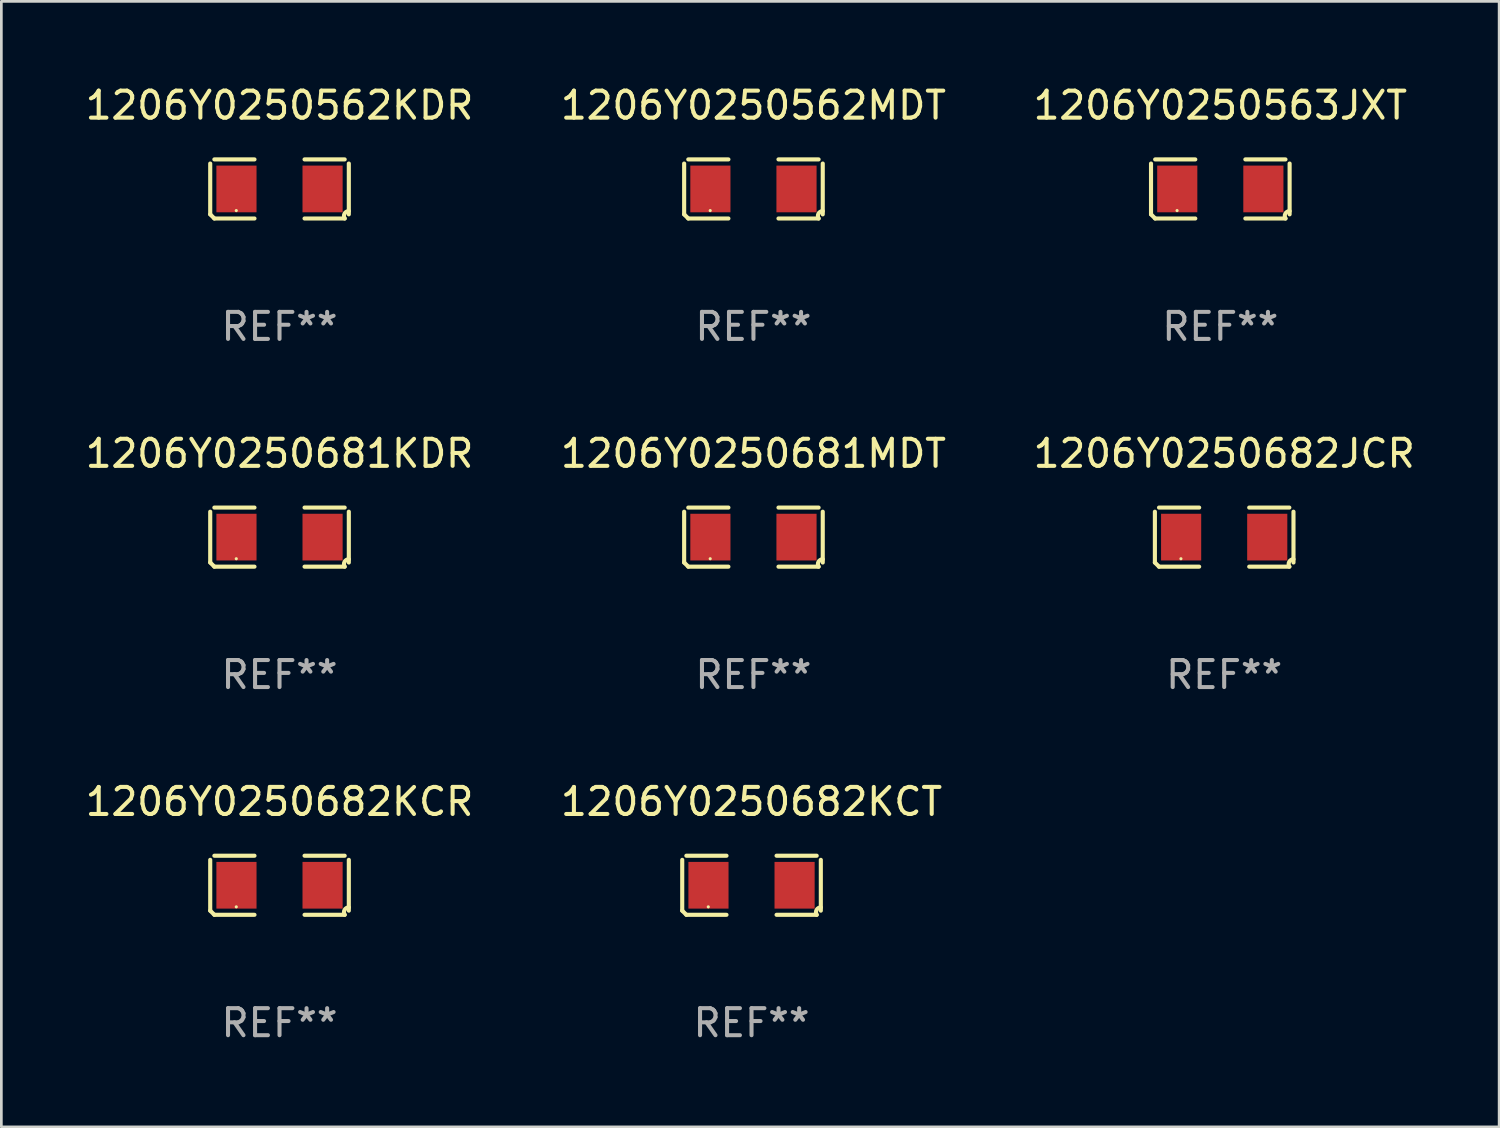
<source format=kicad_pcb>
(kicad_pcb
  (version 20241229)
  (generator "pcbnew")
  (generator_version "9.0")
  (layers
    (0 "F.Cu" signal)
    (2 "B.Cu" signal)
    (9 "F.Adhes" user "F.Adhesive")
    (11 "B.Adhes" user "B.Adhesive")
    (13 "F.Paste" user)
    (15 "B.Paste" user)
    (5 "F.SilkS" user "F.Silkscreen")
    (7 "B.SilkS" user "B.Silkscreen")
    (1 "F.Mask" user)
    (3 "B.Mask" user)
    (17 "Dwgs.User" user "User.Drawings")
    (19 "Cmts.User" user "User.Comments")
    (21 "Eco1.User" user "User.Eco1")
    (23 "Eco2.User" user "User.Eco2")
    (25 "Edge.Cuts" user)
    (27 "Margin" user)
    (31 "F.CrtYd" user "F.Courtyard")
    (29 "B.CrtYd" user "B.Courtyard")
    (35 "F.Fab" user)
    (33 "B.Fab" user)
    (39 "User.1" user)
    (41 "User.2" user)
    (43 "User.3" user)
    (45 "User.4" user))
  (footprint "1206Y0250682KCT"
    (layer "F.Cu")
    (at 24.756 29.704)
    (property "Reference" "1206Y0250682KCT" (at 0 -3.093 0) (layer "F.SilkS") (effects (font (size 1 1) (thickness 0.15))))
    (attr through_hole)
    (fp_line (start -2.564 0.94) (end -2.564 -0.94) (stroke (width 0.152) (type solid)) (layer "F.SilkS"))
    (fp_line (start -2.411 -1.093) (end -0.926 -1.093) (stroke (width 0.152) (type solid)) (layer "F.SilkS"))
    (fp_line (start -0.926 1.093) (end -2.411 1.093) (stroke (width 0.152) (type solid)) (layer "F.SilkS"))
    (fp_line (start 0.926 1.093) (end 2.411 1.093) (stroke (width 0.152) (type solid)) (layer "F.SilkS"))
    (fp_line (start 2.411 -1.093) (end 0.926 -1.093) (stroke (width 0.152) (type solid)) (layer "F.SilkS"))
    (fp_line (start 2.564 0.94) (end 2.564 -0.94) (stroke (width 0.152) (type solid)) (layer "F.SilkS"))
    (fp_arc (start -2.411201 1.092609) (mid -2.487413 1.01642) (end -2.563602 0.940208) (stroke (width 0.1524) (type solid)) (layer "F.SilkS"))
    (fp_arc (start 2.411201 1.092609) (mid 2.407159 0.911226) (end 2.563602 0.819347) (stroke (width 0.1524) (type solid)) (layer "F.SilkS"))
    (fp_circle (center -1.6 0.8) (end -1.57 0.8) (stroke (width 0.06) (type solid)) (fill no) (layer "F.SilkS"))
    (fp_text user "REF**" (at 0 5.093 0) (layer "F.Fab") (effects (font (size 1 1) (thickness 0.15))))
    (pad "1" smd rect (at -1.593 0) (size 1.485 1.728) (layers "F.Cu" "F.Mask" "F.Paste"))
    (pad "2" smd rect (at 1.593 0) (size 1.485 1.728) (layers "F.Cu" "F.Mask" "F.Paste")))
  (footprint "1206Y0250563JXT"
    (layer "F.Cu")
    (at 42.101 3.941)
    (property "Reference" "1206Y0250563JXT" (at 0 -3.093 0) (layer "F.SilkS") (effects (font (size 1 1) (thickness 0.15))))
    (attr through_hole)
    (fp_line (start -2.564 0.94) (end -2.564 -0.94) (stroke (width 0.152) (type solid)) (layer "F.SilkS"))
    (fp_line (start -2.411 -1.093) (end -0.926 -1.093) (stroke (width 0.152) (type solid)) (layer "F.SilkS"))
    (fp_line (start -0.926 1.093) (end -2.411 1.093) (stroke (width 0.152) (type solid)) (layer "F.SilkS"))
    (fp_line (start 0.926 1.093) (end 2.411 1.093) (stroke (width 0.152) (type solid)) (layer "F.SilkS"))
    (fp_line (start 2.411 -1.093) (end 0.926 -1.093) (stroke (width 0.152) (type solid)) (layer "F.SilkS"))
    (fp_line (start 2.564 0.94) (end 2.564 -0.94) (stroke (width 0.152) (type solid)) (layer "F.SilkS"))
    (fp_arc (start -2.411201 1.092609) (mid -2.487413 1.01642) (end -2.563602 0.940208) (stroke (width 0.1524) (type solid)) (layer "F.SilkS"))
    (fp_arc (start 2.411201 1.092609) (mid 2.407159 0.911226) (end 2.563602 0.819347) (stroke (width 0.1524) (type solid)) (layer "F.SilkS"))
    (fp_circle (center -1.6 0.8) (end -1.57 0.8) (stroke (width 0.06) (type solid)) (fill no) (layer "F.SilkS"))
    (fp_text user "REF**" (at 0 5.093 0) (layer "F.Fab") (effects (font (size 1 1) (thickness 0.15))))
    (pad "1" smd rect (at -1.593 0) (size 1.485 1.728) (layers "F.Cu" "F.Mask" "F.Paste"))
    (pad "2" smd rect (at 1.593 0) (size 1.485 1.728) (layers "F.Cu" "F.Mask" "F.Paste")))
  (footprint "1206Y0250681KDR"
    (layer "F.Cu")
    (at 7.292 16.823)
    (property "Reference" "1206Y0250681KDR" (at 0 -3.093 0) (layer "F.SilkS") (effects (font (size 1 1) (thickness 0.15))))
    (attr through_hole)
    (fp_line (start -2.564 0.94) (end -2.564 -0.94) (stroke (width 0.152) (type solid)) (layer "F.SilkS"))
    (fp_line (start -2.411 -1.093) (end -0.926 -1.093) (stroke (width 0.152) (type solid)) (layer "F.SilkS"))
    (fp_line (start -0.926 1.093) (end -2.411 1.093) (stroke (width 0.152) (type solid)) (layer "F.SilkS"))
    (fp_line (start 0.926 1.093) (end 2.411 1.093) (stroke (width 0.152) (type solid)) (layer "F.SilkS"))
    (fp_line (start 2.411 -1.093) (end 0.926 -1.093) (stroke (width 0.152) (type solid)) (layer "F.SilkS"))
    (fp_line (start 2.564 0.94) (end 2.564 -0.94) (stroke (width 0.152) (type solid)) (layer "F.SilkS"))
    (fp_arc (start -2.411201 1.092609) (mid -2.487413 1.01642) (end -2.563602 0.940208) (stroke (width 0.1524) (type solid)) (layer "F.SilkS"))
    (fp_arc (start 2.411201 1.092609) (mid 2.407159 0.911226) (end 2.563602 0.819347) (stroke (width 0.1524) (type solid)) (layer "F.SilkS"))
    (fp_circle (center -1.6 0.8) (end -1.57 0.8) (stroke (width 0.06) (type solid)) (fill no) (layer "F.SilkS"))
    (fp_text user "REF**" (at 0 5.093 0) (layer "F.Fab") (effects (font (size 1 1) (thickness 0.15))))
    (pad "1" smd rect (at -1.593 0) (size 1.485 1.728) (layers "F.Cu" "F.Mask" "F.Paste"))
    (pad "2" smd rect (at 1.593 0) (size 1.485 1.728) (layers "F.Cu" "F.Mask" "F.Paste")))
  (footprint "1206Y0250682JCR"
    (layer "F.Cu")
    (at 42.244 16.823)
    (property "Reference" "1206Y0250682JCR" (at 0 -3.093 0) (layer "F.SilkS") (effects (font (size 1 1) (thickness 0.15))))
    (attr through_hole)
    (fp_line (start -2.564 0.94) (end -2.564 -0.94) (stroke (width 0.152) (type solid)) (layer "F.SilkS"))
    (fp_line (start -2.411 -1.093) (end -0.926 -1.093) (stroke (width 0.152) (type solid)) (layer "F.SilkS"))
    (fp_line (start -0.926 1.093) (end -2.411 1.093) (stroke (width 0.152) (type solid)) (layer "F.SilkS"))
    (fp_line (start 0.926 1.093) (end 2.411 1.093) (stroke (width 0.152) (type solid)) (layer "F.SilkS"))
    (fp_line (start 2.411 -1.093) (end 0.926 -1.093) (stroke (width 0.152) (type solid)) (layer "F.SilkS"))
    (fp_line (start 2.564 0.94) (end 2.564 -0.94) (stroke (width 0.152) (type solid)) (layer "F.SilkS"))
    (fp_arc (start -2.411201 1.092609) (mid -2.487413 1.01642) (end -2.563602 0.940208) (stroke (width 0.1524) (type solid)) (layer "F.SilkS"))
    (fp_arc (start 2.411201 1.092609) (mid 2.407159 0.911226) (end 2.563602 0.819347) (stroke (width 0.1524) (type solid)) (layer "F.SilkS"))
    (fp_circle (center -1.6 0.8) (end -1.57 0.8) (stroke (width 0.06) (type solid)) (fill no) (layer "F.SilkS"))
    (fp_text user "REF**" (at 0 5.093 0) (layer "F.Fab") (effects (font (size 1 1) (thickness 0.15))))
    (pad "1" smd rect (at -1.593 0) (size 1.485 1.728) (layers "F.Cu" "F.Mask" "F.Paste"))
    (pad "2" smd rect (at 1.593 0) (size 1.485 1.728) (layers "F.Cu" "F.Mask" "F.Paste")))
  (footprint "1206Y0250562MDT"
    (layer "F.Cu")
    (at 24.827 3.941)
    (property "Reference" "1206Y0250562MDT" (at 0 -3.093 0) (layer "F.SilkS") (effects (font (size 1 1) (thickness 0.15))))
    (attr through_hole)
    (fp_line (start -2.564 0.94) (end -2.564 -0.94) (stroke (width 0.152) (type solid)) (layer "F.SilkS"))
    (fp_line (start -2.411 -1.093) (end -0.926 -1.093) (stroke (width 0.152) (type solid)) (layer "F.SilkS"))
    (fp_line (start -0.926 1.093) (end -2.411 1.093) (stroke (width 0.152) (type solid)) (layer "F.SilkS"))
    (fp_line (start 0.926 1.093) (end 2.411 1.093) (stroke (width 0.152) (type solid)) (layer "F.SilkS"))
    (fp_line (start 2.411 -1.093) (end 0.926 -1.093) (stroke (width 0.152) (type solid)) (layer "F.SilkS"))
    (fp_line (start 2.564 0.94) (end 2.564 -0.94) (stroke (width 0.152) (type solid)) (layer "F.SilkS"))
    (fp_arc (start -2.411201 1.092609) (mid -2.487413 1.01642) (end -2.563602 0.940208) (stroke (width 0.1524) (type solid)) (layer "F.SilkS"))
    (fp_arc (start 2.411201 1.092609) (mid 2.407159 0.911226) (end 2.563602 0.819347) (stroke (width 0.1524) (type solid)) (layer "F.SilkS"))
    (fp_circle (center -1.6 0.8) (end -1.57 0.8) (stroke (width 0.06) (type solid)) (fill no) (layer "F.SilkS"))
    (fp_text user "REF**" (at 0 5.093 0) (layer "F.Fab") (effects (font (size 1 1) (thickness 0.15))))
    (pad "1" smd rect (at -1.593 0) (size 1.485 1.728) (layers "F.Cu" "F.Mask" "F.Paste"))
    (pad "2" smd rect (at 1.593 0) (size 1.485 1.728) (layers "F.Cu" "F.Mask" "F.Paste")))
  (footprint "1206Y0250562KDR"
    (layer "F.Cu")
    (at 7.292 3.941)
    (property "Reference" "1206Y0250562KDR" (at 0 -3.093 0) (layer "F.SilkS") (effects (font (size 1 1) (thickness 0.15))))
    (attr through_hole)
    (fp_line (start -2.564 0.94) (end -2.564 -0.94) (stroke (width 0.152) (type solid)) (layer "F.SilkS"))
    (fp_line (start -2.411 -1.093) (end -0.926 -1.093) (stroke (width 0.152) (type solid)) (layer "F.SilkS"))
    (fp_line (start -0.926 1.093) (end -2.411 1.093) (stroke (width 0.152) (type solid)) (layer "F.SilkS"))
    (fp_line (start 0.926 1.093) (end 2.411 1.093) (stroke (width 0.152) (type solid)) (layer "F.SilkS"))
    (fp_line (start 2.411 -1.093) (end 0.926 -1.093) (stroke (width 0.152) (type solid)) (layer "F.SilkS"))
    (fp_line (start 2.564 0.94) (end 2.564 -0.94) (stroke (width 0.152) (type solid)) (layer "F.SilkS"))
    (fp_arc (start -2.411201 1.092609) (mid -2.487413 1.01642) (end -2.563602 0.940208) (stroke (width 0.1524) (type solid)) (layer "F.SilkS"))
    (fp_arc (start 2.411201 1.092609) (mid 2.407159 0.911226) (end 2.563602 0.819347) (stroke (width 0.1524) (type solid)) (layer "F.SilkS"))
    (fp_circle (center -1.6 0.8) (end -1.57 0.8) (stroke (width 0.06) (type solid)) (fill no) (layer "F.SilkS"))
    (fp_text user "REF**" (at 0 5.093 0) (layer "F.Fab") (effects (font (size 1 1) (thickness 0.15))))
    (pad "1" smd rect (at -1.593 0) (size 1.485 1.728) (layers "F.Cu" "F.Mask" "F.Paste"))
    (pad "2" smd rect (at 1.593 0) (size 1.485 1.728) (layers "F.Cu" "F.Mask" "F.Paste")))
  (footprint "1206Y0250682KCR"
    (layer "F.Cu")
    (at 7.292 29.704)
    (property "Reference" "1206Y0250682KCR" (at 0 -3.093 0) (layer "F.SilkS") (effects (font (size 1 1) (thickness 0.15))))
    (attr through_hole)
    (fp_line (start -2.564 0.94) (end -2.564 -0.94) (stroke (width 0.152) (type solid)) (layer "F.SilkS"))
    (fp_line (start -2.411 -1.093) (end -0.926 -1.093) (stroke (width 0.152) (type solid)) (layer "F.SilkS"))
    (fp_line (start -0.926 1.093) (end -2.411 1.093) (stroke (width 0.152) (type solid)) (layer "F.SilkS"))
    (fp_line (start 0.926 1.093) (end 2.411 1.093) (stroke (width 0.152) (type solid)) (layer "F.SilkS"))
    (fp_line (start 2.411 -1.093) (end 0.926 -1.093) (stroke (width 0.152) (type solid)) (layer "F.SilkS"))
    (fp_line (start 2.564 0.94) (end 2.564 -0.94) (stroke (width 0.152) (type solid)) (layer "F.SilkS"))
    (fp_arc (start -2.411201 1.092609) (mid -2.487413 1.01642) (end -2.563602 0.940208) (stroke (width 0.1524) (type solid)) (layer "F.SilkS"))
    (fp_arc (start 2.411201 1.092609) (mid 2.407159 0.911226) (end 2.563602 0.819347) (stroke (width 0.1524) (type solid)) (layer "F.SilkS"))
    (fp_circle (center -1.6 0.8) (end -1.57 0.8) (stroke (width 0.06) (type solid)) (fill no) (layer "F.SilkS"))
    (fp_text user "REF**" (at 0 5.093 0) (layer "F.Fab") (effects (font (size 1 1) (thickness 0.15))))
    (pad "1" smd rect (at -1.593 0) (size 1.485 1.728) (layers "F.Cu" "F.Mask" "F.Paste"))
    (pad "2" smd rect (at 1.593 0) (size 1.485 1.728) (layers "F.Cu" "F.Mask" "F.Paste")))
  (footprint "1206Y0250681MDT"
    (layer "F.Cu")
    (at 24.827 16.823)
    (property "Reference" "1206Y0250681MDT" (at 0 -3.093 0) (layer "F.SilkS") (effects (font (size 1 1) (thickness 0.15))))
    (attr through_hole)
    (fp_line (start -2.564 0.94) (end -2.564 -0.94) (stroke (width 0.152) (type solid)) (layer "F.SilkS"))
    (fp_line (start -2.411 -1.093) (end -0.926 -1.093) (stroke (width 0.152) (type solid)) (layer "F.SilkS"))
    (fp_line (start -0.926 1.093) (end -2.411 1.093) (stroke (width 0.152) (type solid)) (layer "F.SilkS"))
    (fp_line (start 0.926 1.093) (end 2.411 1.093) (stroke (width 0.152) (type solid)) (layer "F.SilkS"))
    (fp_line (start 2.411 -1.093) (end 0.926 -1.093) (stroke (width 0.152) (type solid)) (layer "F.SilkS"))
    (fp_line (start 2.564 0.94) (end 2.564 -0.94) (stroke (width 0.152) (type solid)) (layer "F.SilkS"))
    (fp_arc (start -2.411201 1.092609) (mid -2.487413 1.01642) (end -2.563602 0.940208) (stroke (width 0.1524) (type solid)) (layer "F.SilkS"))
    (fp_arc (start 2.411201 1.092609) (mid 2.407159 0.911226) (end 2.563602 0.819347) (stroke (width 0.1524) (type solid)) (layer "F.SilkS"))
    (fp_circle (center -1.6 0.8) (end -1.57 0.8) (stroke (width 0.06) (type solid)) (fill no) (layer "F.SilkS"))
    (fp_text user "REF**" (at 0 5.093 0) (layer "F.Fab") (effects (font (size 1 1) (thickness 0.15))))
    (pad "1" smd rect (at -1.593 0) (size 1.485 1.728) (layers "F.Cu" "F.Mask" "F.Paste"))
    (pad "2" smd rect (at 1.593 0) (size 1.485 1.728) (layers "F.Cu" "F.Mask" "F.Paste")))
  (gr_rect
    (start -3 -3)
    (end 52.417 38.645)
    (stroke (width 0.1) (type default))
    (fill no)
    (layer "Edge.Cuts")))
</source>
